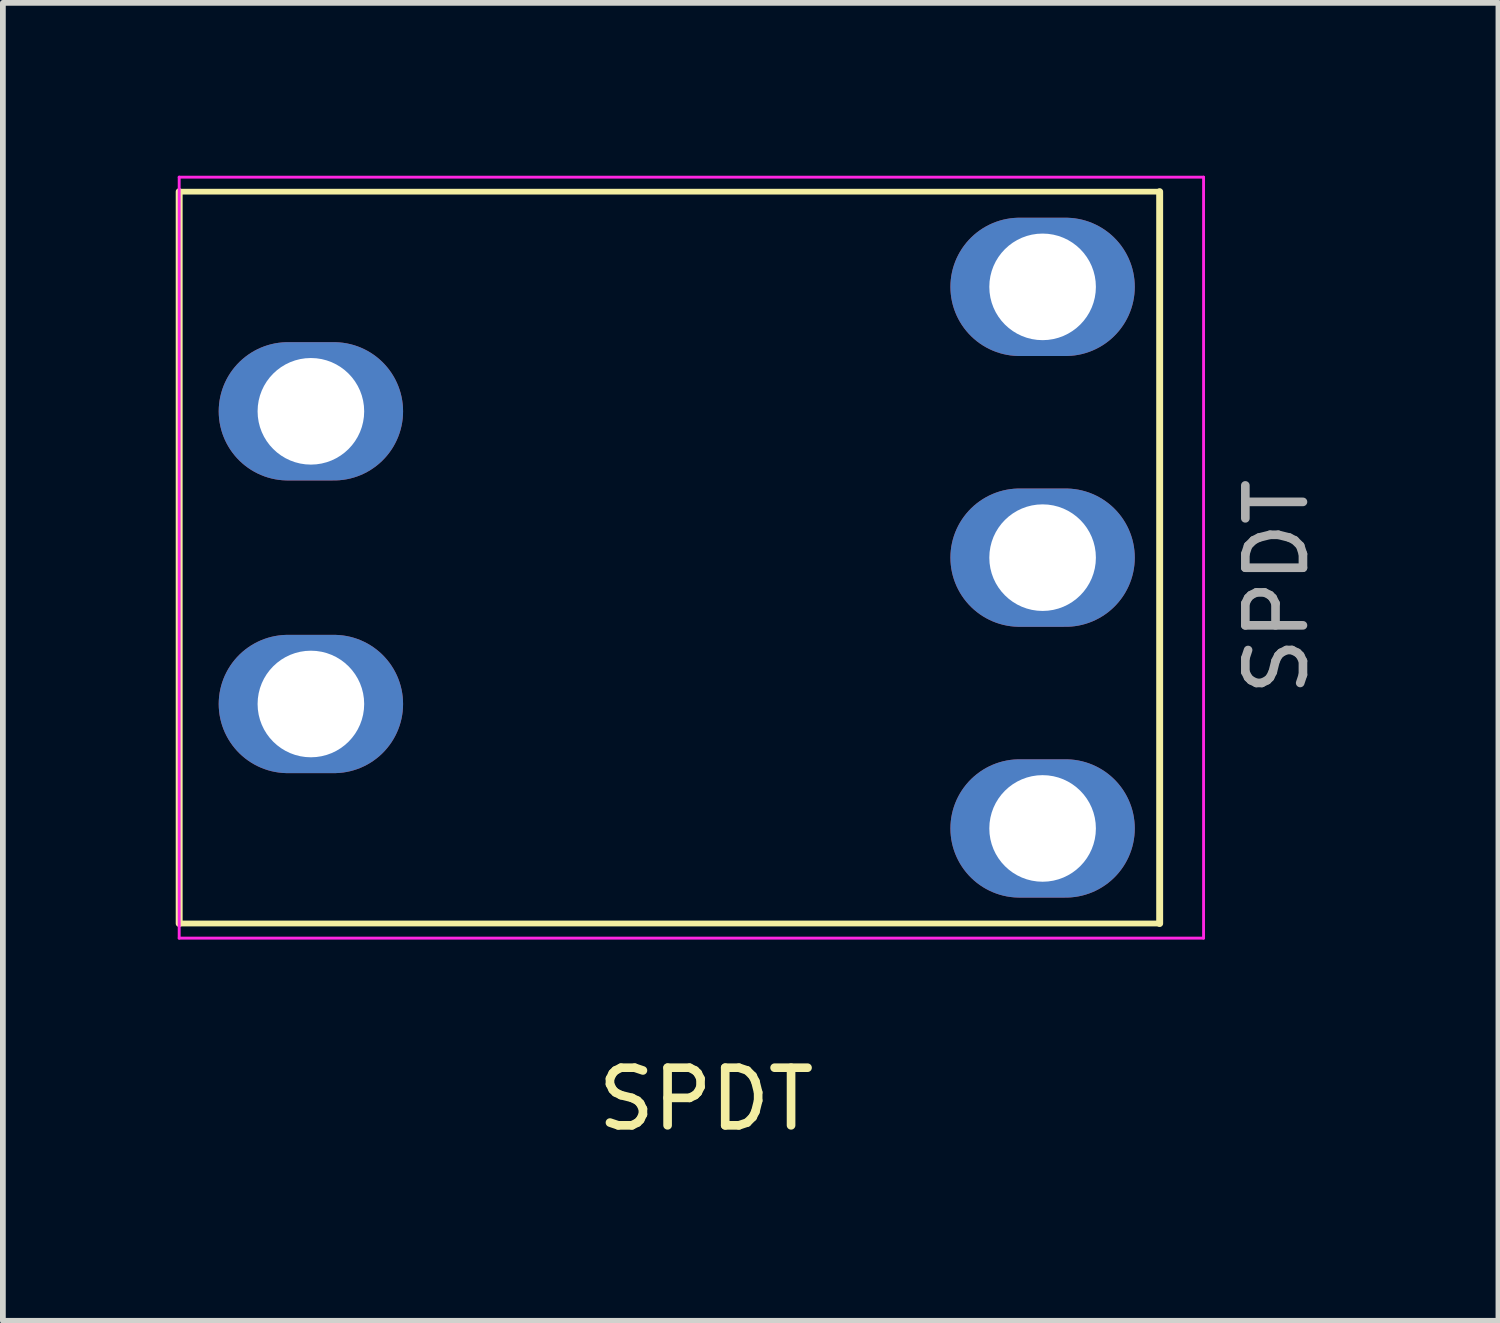
<source format=kicad_pcb>
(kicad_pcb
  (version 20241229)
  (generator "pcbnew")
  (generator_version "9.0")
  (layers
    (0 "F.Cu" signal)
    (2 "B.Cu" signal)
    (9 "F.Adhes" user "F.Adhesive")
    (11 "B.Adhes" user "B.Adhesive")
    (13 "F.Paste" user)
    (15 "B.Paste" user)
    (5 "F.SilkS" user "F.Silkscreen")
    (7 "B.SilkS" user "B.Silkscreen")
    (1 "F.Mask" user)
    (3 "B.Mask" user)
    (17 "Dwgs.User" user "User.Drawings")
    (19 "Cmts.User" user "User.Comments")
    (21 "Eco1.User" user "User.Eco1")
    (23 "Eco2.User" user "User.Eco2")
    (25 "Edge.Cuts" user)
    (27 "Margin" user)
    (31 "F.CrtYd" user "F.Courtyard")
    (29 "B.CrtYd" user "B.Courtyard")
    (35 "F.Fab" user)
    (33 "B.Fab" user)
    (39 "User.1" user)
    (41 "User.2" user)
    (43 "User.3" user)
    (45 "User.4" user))
  (footprint "SPDT"
    (layer "F.Cu")
    (at 8.696 6.629)
    (property "Reference" "SPDT" (at 0.508 9.398 180) (layer "F.SilkS") (effects (font (size 1 1) (thickness 0.15))))
    (attr through_hole)
    (fp_line (start -8.636 6.35) (end -8.636 -6.352) (stroke (width 0.12) (type solid)) (layer "F.SilkS"))
    (fp_line (start -8.636 6.35) (end 8.382 6.35) (stroke (width 0.1) (type default)) (layer "F.SilkS"))
    (fp_line (start 8.382 -6.352) (end -8.636 -6.352) (stroke (width 0.1) (type default)) (layer "F.SilkS"))
    (fp_line (start 8.382 6.35) (end 8.382 -6.352) (stroke (width 0.12) (type solid)) (layer "F.SilkS"))
    (fp_line (start -8.636 6.604) (end -8.636 -6.604) (stroke (width 0.05) (type solid)) (layer "F.CrtYd"))
    (fp_line (start 9.144 -6.604) (end -8.636 -6.604) (stroke (width 0.05) (type solid)) (layer "F.CrtYd"))
    (fp_line (start 9.144 6.604) (end -8.636 6.604) (stroke (width 0.05) (type solid)) (layer "F.CrtYd"))
    (fp_line (start 9.144 6.604) (end 9.144 -6.604) (stroke (width 0.05) (type solid)) (layer "F.CrtYd"))
    (fp_text user "${REFERENCE}" (at 10.414 0.508 90) (layer "F.Fab") (effects (font (size 1 1) (thickness 0.15))))
    (pad "" thru_hole oval (at -6.35 -2.54 180) (size 3.2 2.4) (drill 1.85) (layers "*.Cu" "*.Mask"))
    (pad "" thru_hole oval (at -6.35 2.54 180) (size 3.2 2.4) (drill 1.85) (layers "*.Cu" "*.Mask"))
    (pad "1" thru_hole oval (at 6.35 -4.7 180) (size 3.2 2.4) (drill 1.85) (layers "*.Cu" "*.Mask"))
    (pad "2" thru_hole oval (at 6.35 0 180) (size 3.2 2.4) (drill 1.85) (layers "*.Cu" "*.Mask"))
    (pad "3" thru_hole oval (at 6.35 4.7) (size 3.2 2.4) (drill 1.85) (layers "*.Cu" "*.Mask")))
  (gr_rect
    (start -3 -3)
    (end 22.958 19.875)
    (stroke (width 0.1) (type default))
    (fill no)
    (layer "Edge.Cuts")))
</source>
